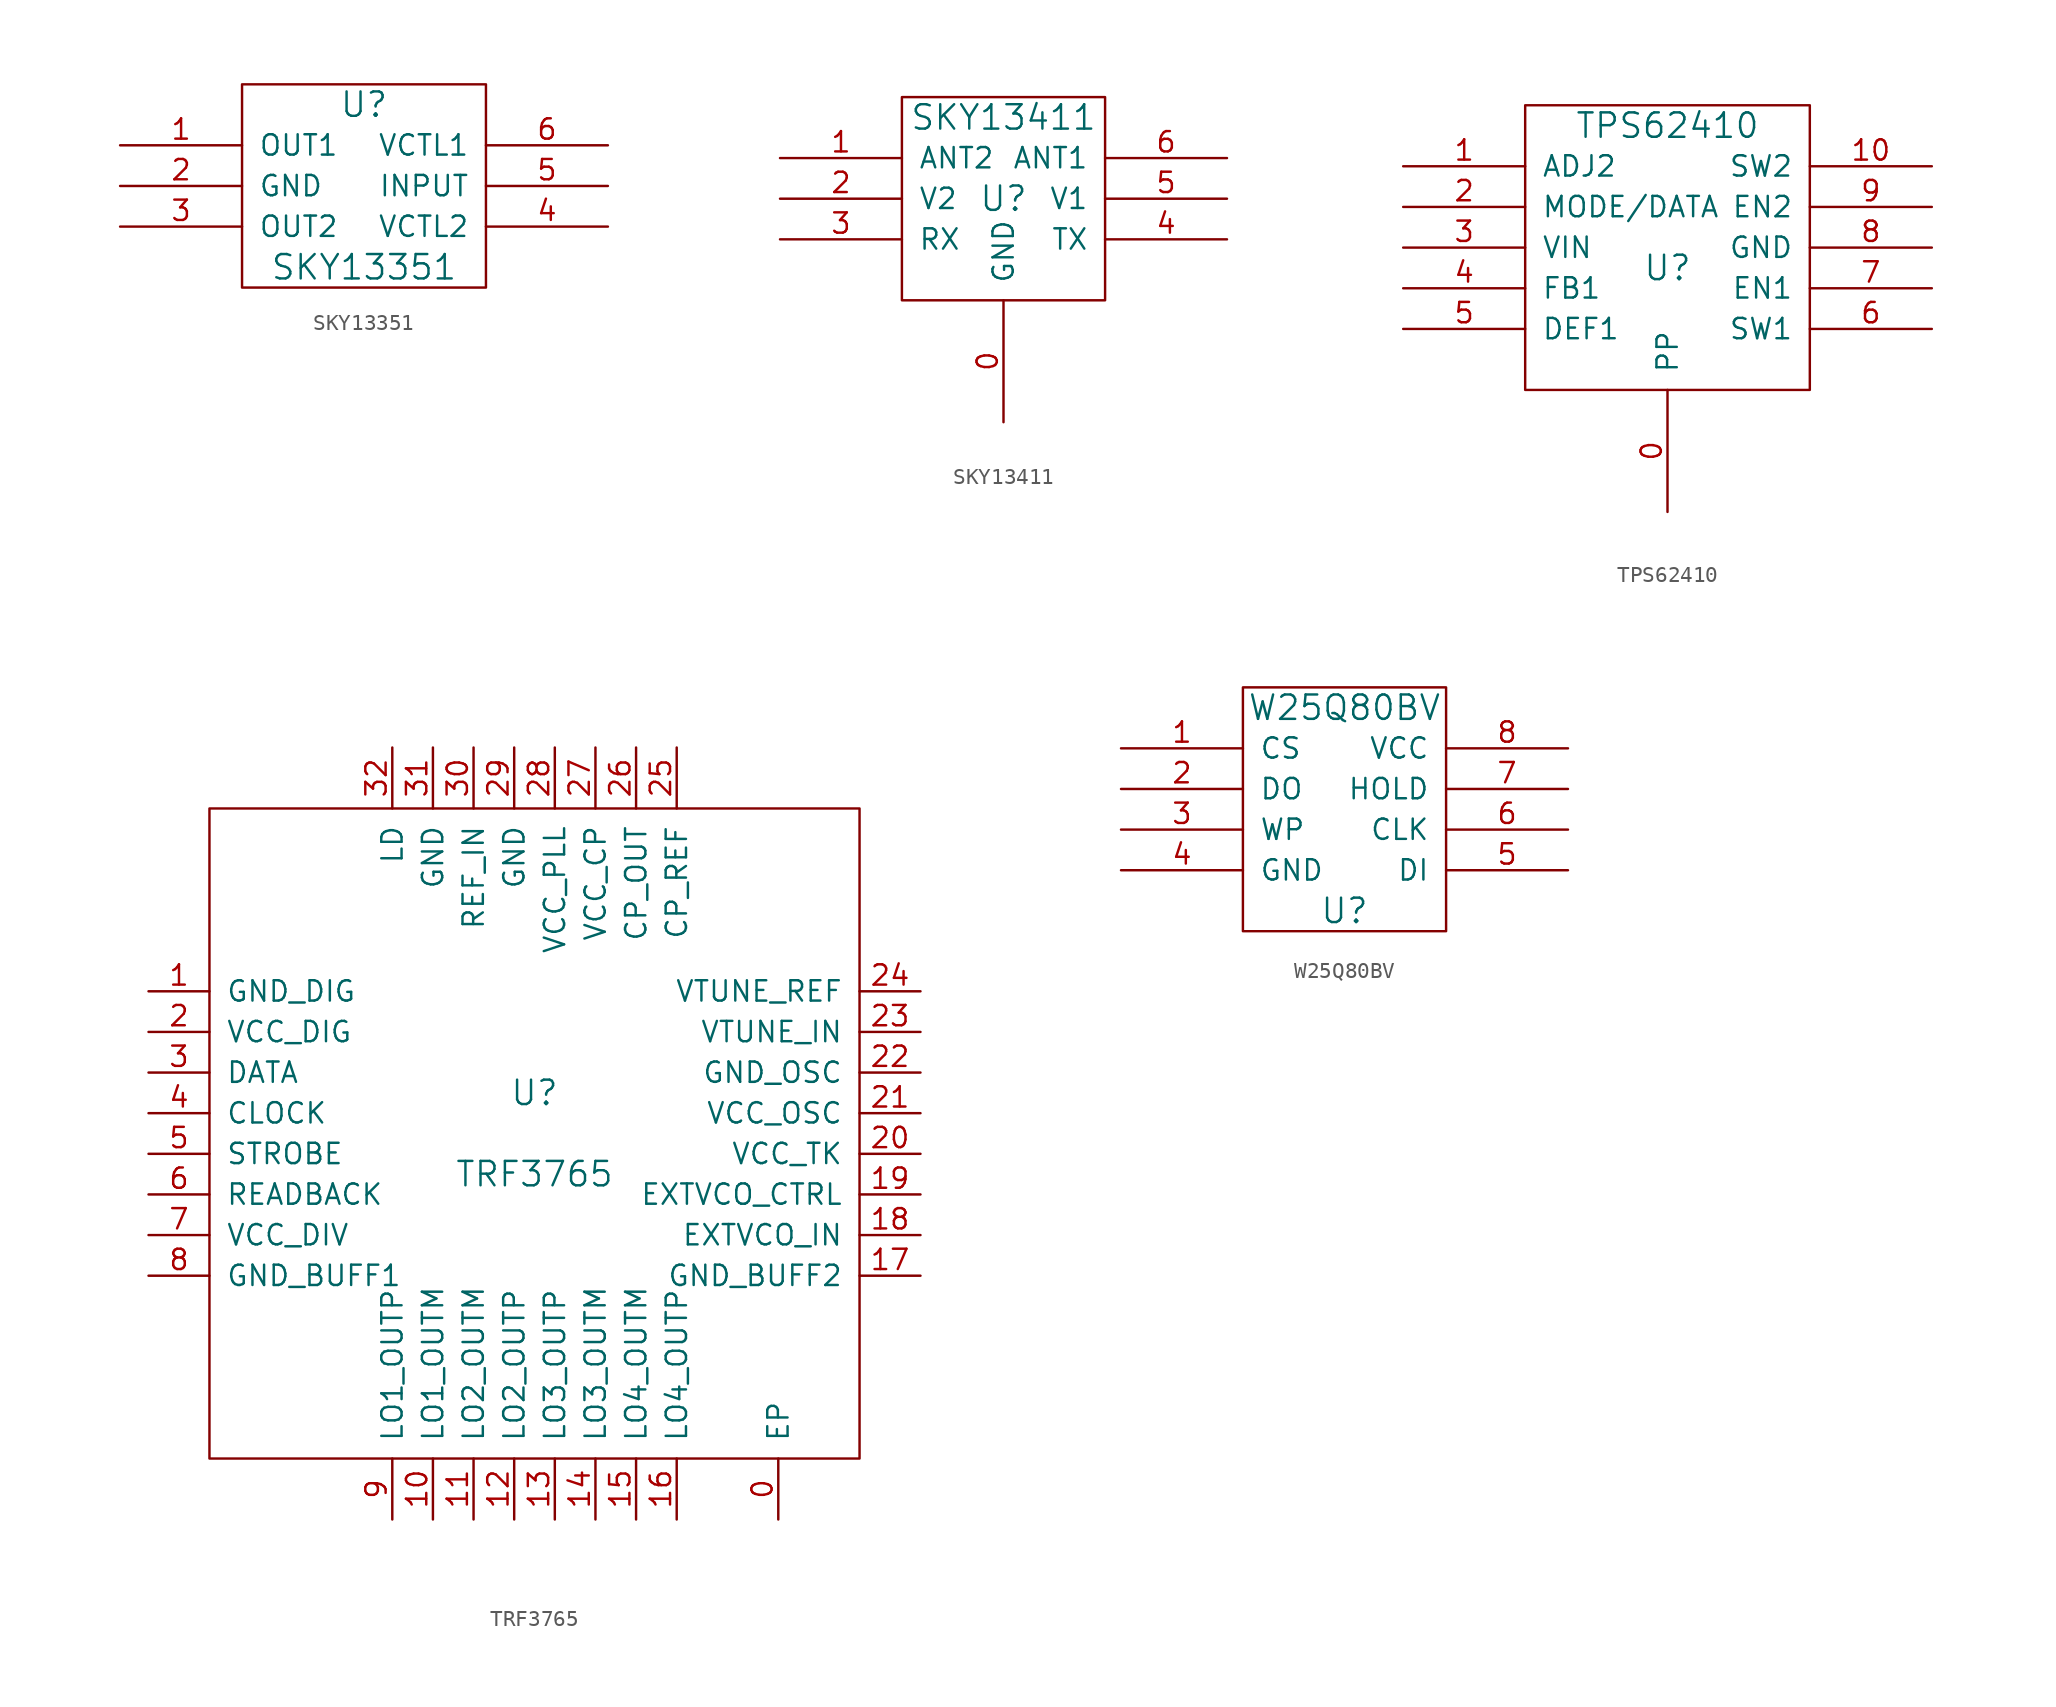
<source format=kicad_sym>
(kicad_symbol_lib
  (version 20211014)
  (generator kicad_symbol_editor)
  (symbol "SKY13351"
    (pin_names
      (offset 1.016))
    (property "Reference" "U"
      (at 0 5.08 0)
      (effects (font (size 1.524 1.524))))
    (property "Value" "SKY13351"
      (at 0 -5.08 0)
      (effects (font (size 1.524 1.524))))
    (property "Footprint" ""
      (at 0 0 0)
      (effects (font (size 1.524 1.524))))
    (property "Datasheet" ""
      (at 0 0 0)
      (effects (font (size 1.524 1.524))))
    (symbol "SKY13351_0_1"
      (rectangle (start -7.62 6.35) (end 7.62 -6.35) (stroke (width 0) (type default) (color 0 0 0 0)) (fill (type none))))
    (symbol "SKY13351_1_1"
      (pin bidirectional line (at -15.24 2.54 0) (length 7.62) (name "OUT1" (effects (font (size 1.27 1.27)))) (number "1" (effects (font (size 1.27 1.27)))))
      (pin power_in line (at -15.24 0 0) (length 7.62) (name "GND" (effects (font (size 1.27 1.27)))) (number "2" (effects (font (size 1.27 1.27)))))
      (pin bidirectional line (at -15.24 -2.54 0) (length 7.62) (name "OUT2" (effects (font (size 1.27 1.27)))) (number "3" (effects (font (size 1.27 1.27)))))
      (pin input line (at 15.24 -2.54 180) (length 7.62) (name "VCTL2" (effects (font (size 1.27 1.27)))) (number "4" (effects (font (size 1.27 1.27)))))
      (pin bidirectional line (at 15.24 0 180) (length 7.62) (name "INPUT" (effects (font (size 1.27 1.27)))) (number "5" (effects (font (size 1.27 1.27)))))
      (pin input line (at 15.24 2.54 180) (length 7.62) (name "VCTL1" (effects (font (size 1.27 1.27)))) (number "6" (effects (font (size 1.27 1.27)))))))
  (symbol "SKY13411"
    (pin_names
      (offset 1.016))
    (property "Reference" "U"
      (at 0 0 0)
      (effects (font (size 1.524 1.524))))
    (property "Value" "SKY13411"
      (at 0 5.08 0)
      (effects (font (size 1.524 1.524))))
    (property "Footprint" ""
      (at 0 0 0)
      (effects (font (size 1.524 1.524))))
    (property "Datasheet" ""
      (at 0 0 0)
      (effects (font (size 1.524 1.524))))
    (symbol "SKY13411_0_1"
      (rectangle (start -6.35 6.35) (end 6.35 -6.35) (stroke (width 0) (type default) (color 0 0 0 0)) (fill (type none))))
    (symbol "SKY13411_1_1"
      (pin power_in line (at 0 -13.97 90) (length 7.62) (name "GND" (effects (font (size 1.27 1.27)))) (number "0" (effects (font (size 1.27 1.27)))))
      (pin bidirectional line (at -13.97 2.54 0) (length 7.62) (name "ANT2" (effects (font (size 1.27 1.27)))) (number "1" (effects (font (size 1.27 1.27)))))
      (pin input line (at -13.97 0 0) (length 7.62) (name "V2" (effects (font (size 1.27 1.27)))) (number "2" (effects (font (size 1.27 1.27)))))
      (pin bidirectional line (at -13.97 -2.54 0) (length 7.62) (name "RX" (effects (font (size 1.27 1.27)))) (number "3" (effects (font (size 1.27 1.27)))))
      (pin bidirectional line (at 13.97 -2.54 180) (length 7.62) (name "TX" (effects (font (size 1.27 1.27)))) (number "4" (effects (font (size 1.27 1.27)))))
      (pin input line (at 13.97 0 180) (length 7.62) (name "V1" (effects (font (size 1.27 1.27)))) (number "5" (effects (font (size 1.27 1.27)))))
      (pin bidirectional line (at 13.97 2.54 180) (length 7.62) (name "ANT1" (effects (font (size 1.27 1.27)))) (number "6" (effects (font (size 1.27 1.27)))))))
  (symbol "TPS62410"
    (pin_names
      (offset 1.016))
    (property "Reference" "U"
      (at 0 -1.27 0)
      (effects (font (size 1.524 1.524))))
    (property "Value" "TPS62410"
      (at 0 7.62 0)
      (effects (font (size 1.524 1.524))))
    (property "Footprint" ""
      (at 0 0 0)
      (effects (font (size 1.524 1.524))))
    (property "Datasheet" ""
      (at 0 0 0)
      (effects (font (size 1.524 1.524))))
    (symbol "TPS62410_0_1"
      (rectangle (start -8.89 8.89) (end 8.89 -8.89) (stroke (width 0) (type default) (color 0 0 0 0)) (fill (type none))))
    (symbol "TPS62410_1_1"
      (pin power_in line (at 0 -16.51 90) (length 7.62) (name "PP" (effects (font (size 1.27 1.27)))) (number "0" (effects (font (size 1.27 1.27)))))
      (pin input line (at -16.51 5.08 0) (length 7.62) (name "ADJ2" (effects (font (size 1.27 1.27)))) (number "1" (effects (font (size 1.27 1.27)))))
      (pin output line (at 16.51 5.08 180) (length 7.62) (name "SW2" (effects (font (size 1.27 1.27)))) (number "10" (effects (font (size 1.27 1.27)))))
      (pin input line (at -16.51 2.54 0) (length 7.62) (name "MODE/DATA" (effects (font (size 1.27 1.27)))) (number "2" (effects (font (size 1.27 1.27)))))
      (pin power_in line (at -16.51 0 0) (length 7.62) (name "VIN" (effects (font (size 1.27 1.27)))) (number "3" (effects (font (size 1.27 1.27)))))
      (pin input line (at -16.51 -2.54 0) (length 7.62) (name "FB1" (effects (font (size 1.27 1.27)))) (number "4" (effects (font (size 1.27 1.27)))))
      (pin input line (at -16.51 -5.08 0) (length 7.62) (name "DEF1" (effects (font (size 1.27 1.27)))) (number "5" (effects (font (size 1.27 1.27)))))
      (pin output line (at 16.51 -5.08 180) (length 7.62) (name "SW1" (effects (font (size 1.27 1.27)))) (number "6" (effects (font (size 1.27 1.27)))))
      (pin input line (at 16.51 -2.54 180) (length 7.62) (name "EN1" (effects (font (size 1.27 1.27)))) (number "7" (effects (font (size 1.27 1.27)))))
      (pin power_in line (at 16.51 0 180) (length 7.62) (name "GND" (effects (font (size 1.27 1.27)))) (number "8" (effects (font (size 1.27 1.27)))))
      (pin input line (at 16.51 2.54 180) (length 7.62) (name "EN2" (effects (font (size 1.27 1.27)))) (number "9" (effects (font (size 1.27 1.27)))))))
  (symbol "TRF3765"
    (pin_names
      (offset 1.016))
    (property "Reference" "U"
      (at 0 2.54 0)
      (effects (font (size 1.524 1.524))))
    (property "Value" "TRF3765"
      (at 0 -2.54 0)
      (effects (font (size 1.524 1.524))))
    (property "Footprint" ""
      (at 0 0 0)
      (effects (font (size 1.524 1.524))))
    (property "Datasheet" ""
      (at 0 0 0)
      (effects (font (size 1.524 1.524))))
    (symbol "TRF3765_0_1"
      (rectangle (start -20.32 20.32) (end 20.32 -20.32) (stroke (width 0) (type default) (color 0 0 0 0)) (fill (type none))))
    (symbol "TRF3765_1_1"
      (pin power_in line (at 15.24 -24.13 90) (length 3.81) (name "EP" (effects (font (size 1.27 1.27)))) (number "0" (effects (font (size 1.27 1.27)))))
      (pin power_in line (at -24.13 8.89 0) (length 3.81) (name "GND_DIG" (effects (font (size 1.27 1.27)))) (number "1" (effects (font (size 1.27 1.27)))))
      (pin output line (at -6.35 -24.13 90) (length 3.81) (name "LO1_OUTM" (effects (font (size 1.27 1.27)))) (number "10" (effects (font (size 1.27 1.27)))))
      (pin output line (at -3.81 -24.13 90) (length 3.81) (name "LO2_OUTM" (effects (font (size 1.27 1.27)))) (number "11" (effects (font (size 1.27 1.27)))))
      (pin output line (at -1.27 -24.13 90) (length 3.81) (name "LO2_OUTP" (effects (font (size 1.27 1.27)))) (number "12" (effects (font (size 1.27 1.27)))))
      (pin output line (at 1.27 -24.13 90) (length 3.81) (name "LO3_OUTP" (effects (font (size 1.27 1.27)))) (number "13" (effects (font (size 1.27 1.27)))))
      (pin output line (at 3.81 -24.13 90) (length 3.81) (name "LO3_OUTM" (effects (font (size 1.27 1.27)))) (number "14" (effects (font (size 1.27 1.27)))))
      (pin output line (at 6.35 -24.13 90) (length 3.81) (name "LO4_OUTM" (effects (font (size 1.27 1.27)))) (number "15" (effects (font (size 1.27 1.27)))))
      (pin output line (at 8.89 -24.13 90) (length 3.81) (name "LO4_OUTP" (effects (font (size 1.27 1.27)))) (number "16" (effects (font (size 1.27 1.27)))))
      (pin power_in line (at 24.13 -8.89 180) (length 3.81) (name "GND_BUFF2" (effects (font (size 1.27 1.27)))) (number "17" (effects (font (size 1.27 1.27)))))
      (pin input line (at 24.13 -6.35 180) (length 3.81) (name "EXTVCO_IN" (effects (font (size 1.27 1.27)))) (number "18" (effects (font (size 1.27 1.27)))))
      (pin output line (at 24.13 -3.81 180) (length 3.81) (name "EXTVCO_CTRL" (effects (font (size 1.27 1.27)))) (number "19" (effects (font (size 1.27 1.27)))))
      (pin power_in line (at -24.13 6.35 0) (length 3.81) (name "VCC_DIG" (effects (font (size 1.27 1.27)))) (number "2" (effects (font (size 1.27 1.27)))))
      (pin power_in line (at 24.13 -1.27 180) (length 3.81) (name "VCC_TK" (effects (font (size 1.27 1.27)))) (number "20" (effects (font (size 1.27 1.27)))))
      (pin power_in line (at 24.13 1.27 180) (length 3.81) (name "VCC_OSC" (effects (font (size 1.27 1.27)))) (number "21" (effects (font (size 1.27 1.27)))))
      (pin power_in line (at 24.13 3.81 180) (length 3.81) (name "GND_OSC" (effects (font (size 1.27 1.27)))) (number "22" (effects (font (size 1.27 1.27)))))
      (pin input line (at 24.13 6.35 180) (length 3.81) (name "VTUNE_IN" (effects (font (size 1.27 1.27)))) (number "23" (effects (font (size 1.27 1.27)))))
      (pin input line (at 24.13 8.89 180) (length 3.81) (name "VTUNE_REF" (effects (font (size 1.27 1.27)))) (number "24" (effects (font (size 1.27 1.27)))))
      (pin input line (at 8.89 24.13 270) (length 3.81) (name "CP_REF" (effects (font (size 1.27 1.27)))) (number "25" (effects (font (size 1.27 1.27)))))
      (pin output line (at 6.35 24.13 270) (length 3.81) (name "CP_OUT" (effects (font (size 1.27 1.27)))) (number "26" (effects (font (size 1.27 1.27)))))
      (pin power_in line (at 3.81 24.13 270) (length 3.81) (name "VCC_CP" (effects (font (size 1.27 1.27)))) (number "27" (effects (font (size 1.27 1.27)))))
      (pin power_in line (at 1.27 24.13 270) (length 3.81) (name "VCC_PLL" (effects (font (size 1.27 1.27)))) (number "28" (effects (font (size 1.27 1.27)))))
      (pin power_in line (at -1.27 24.13 270) (length 3.81) (name "GND" (effects (font (size 1.27 1.27)))) (number "29" (effects (font (size 1.27 1.27)))))
      (pin input line (at -24.13 3.81 0) (length 3.81) (name "DATA" (effects (font (size 1.27 1.27)))) (number "3" (effects (font (size 1.27 1.27)))))
      (pin input line (at -3.81 24.13 270) (length 3.81) (name "REF_IN" (effects (font (size 1.27 1.27)))) (number "30" (effects (font (size 1.27 1.27)))))
      (pin power_in line (at -6.35 24.13 270) (length 3.81) (name "GND" (effects (font (size 1.27 1.27)))) (number "31" (effects (font (size 1.27 1.27)))))
      (pin output line (at -8.89 24.13 270) (length 3.81) (name "LD" (effects (font (size 1.27 1.27)))) (number "32" (effects (font (size 1.27 1.27)))))
      (pin input line (at -24.13 1.27 0) (length 3.81) (name "CLOCK" (effects (font (size 1.27 1.27)))) (number "4" (effects (font (size 1.27 1.27)))))
      (pin input line (at -24.13 -1.27 0) (length 3.81) (name "STROBE" (effects (font (size 1.27 1.27)))) (number "5" (effects (font (size 1.27 1.27)))))
      (pin output line (at -24.13 -3.81 0) (length 3.81) (name "READBACK" (effects (font (size 1.27 1.27)))) (number "6" (effects (font (size 1.27 1.27)))))
      (pin power_in line (at -24.13 -6.35 0) (length 3.81) (name "VCC_DIV" (effects (font (size 1.27 1.27)))) (number "7" (effects (font (size 1.27 1.27)))))
      (pin power_in line (at -24.13 -8.89 0) (length 3.81) (name "GND_BUFF1" (effects (font (size 1.27 1.27)))) (number "8" (effects (font (size 1.27 1.27)))))
      (pin output line (at -8.89 -24.13 90) (length 3.81) (name "LO1_OUTP" (effects (font (size 1.27 1.27)))) (number "9" (effects (font (size 1.27 1.27)))))))
  (symbol "W25Q80BV"
    (pin_names
      (offset 1.016))
    (property "Reference" "U"
      (at 0 -6.35 0)
      (effects (font (size 1.524 1.524))))
    (property "Value" "W25Q80BV"
      (at 0 6.35 0)
      (effects (font (size 1.524 1.524))))
    (property "Footprint" ""
      (at 0 0 0)
      (effects (font (size 1.524 1.524))))
    (property "Datasheet" ""
      (at 0 0 0)
      (effects (font (size 1.524 1.524))))
    (symbol "W25Q80BV_0_1"
      (rectangle (start -6.35 7.62) (end 6.35 -7.62) (stroke (width 0) (type default) (color 0 0 0 0)) (fill (type none))))
    (symbol "W25Q80BV_1_1"
      (pin input line (at -13.97 3.81 0) (length 7.62) (name "CS" (effects (font (size 1.27 1.27)))) (number "1" (effects (font (size 1.27 1.27)))))
      (pin bidirectional line (at -13.97 1.27 0) (length 7.62) (name "DO" (effects (font (size 1.27 1.27)))) (number "2" (effects (font (size 1.27 1.27)))))
      (pin bidirectional line (at -13.97 -1.27 0) (length 7.62) (name "WP" (effects (font (size 1.27 1.27)))) (number "3" (effects (font (size 1.27 1.27)))))
      (pin power_in line (at -13.97 -3.81 0) (length 7.62) (name "GND" (effects (font (size 1.27 1.27)))) (number "4" (effects (font (size 1.27 1.27)))))
      (pin bidirectional line (at 13.97 -3.81 180) (length 7.62) (name "DI" (effects (font (size 1.27 1.27)))) (number "5" (effects (font (size 1.27 1.27)))))
      (pin input line (at 13.97 -1.27 180) (length 7.62) (name "CLK" (effects (font (size 1.27 1.27)))) (number "6" (effects (font (size 1.27 1.27)))))
      (pin bidirectional line (at 13.97 1.27 180) (length 7.62) (name "HOLD" (effects (font (size 1.27 1.27)))) (number "7" (effects (font (size 1.27 1.27)))))
      (pin power_in line (at 13.97 3.81 180) (length 7.62) (name "VCC" (effects (font (size 1.27 1.27)))) (number "8" (effects (font (size 1.27 1.27))))))))
</source>
